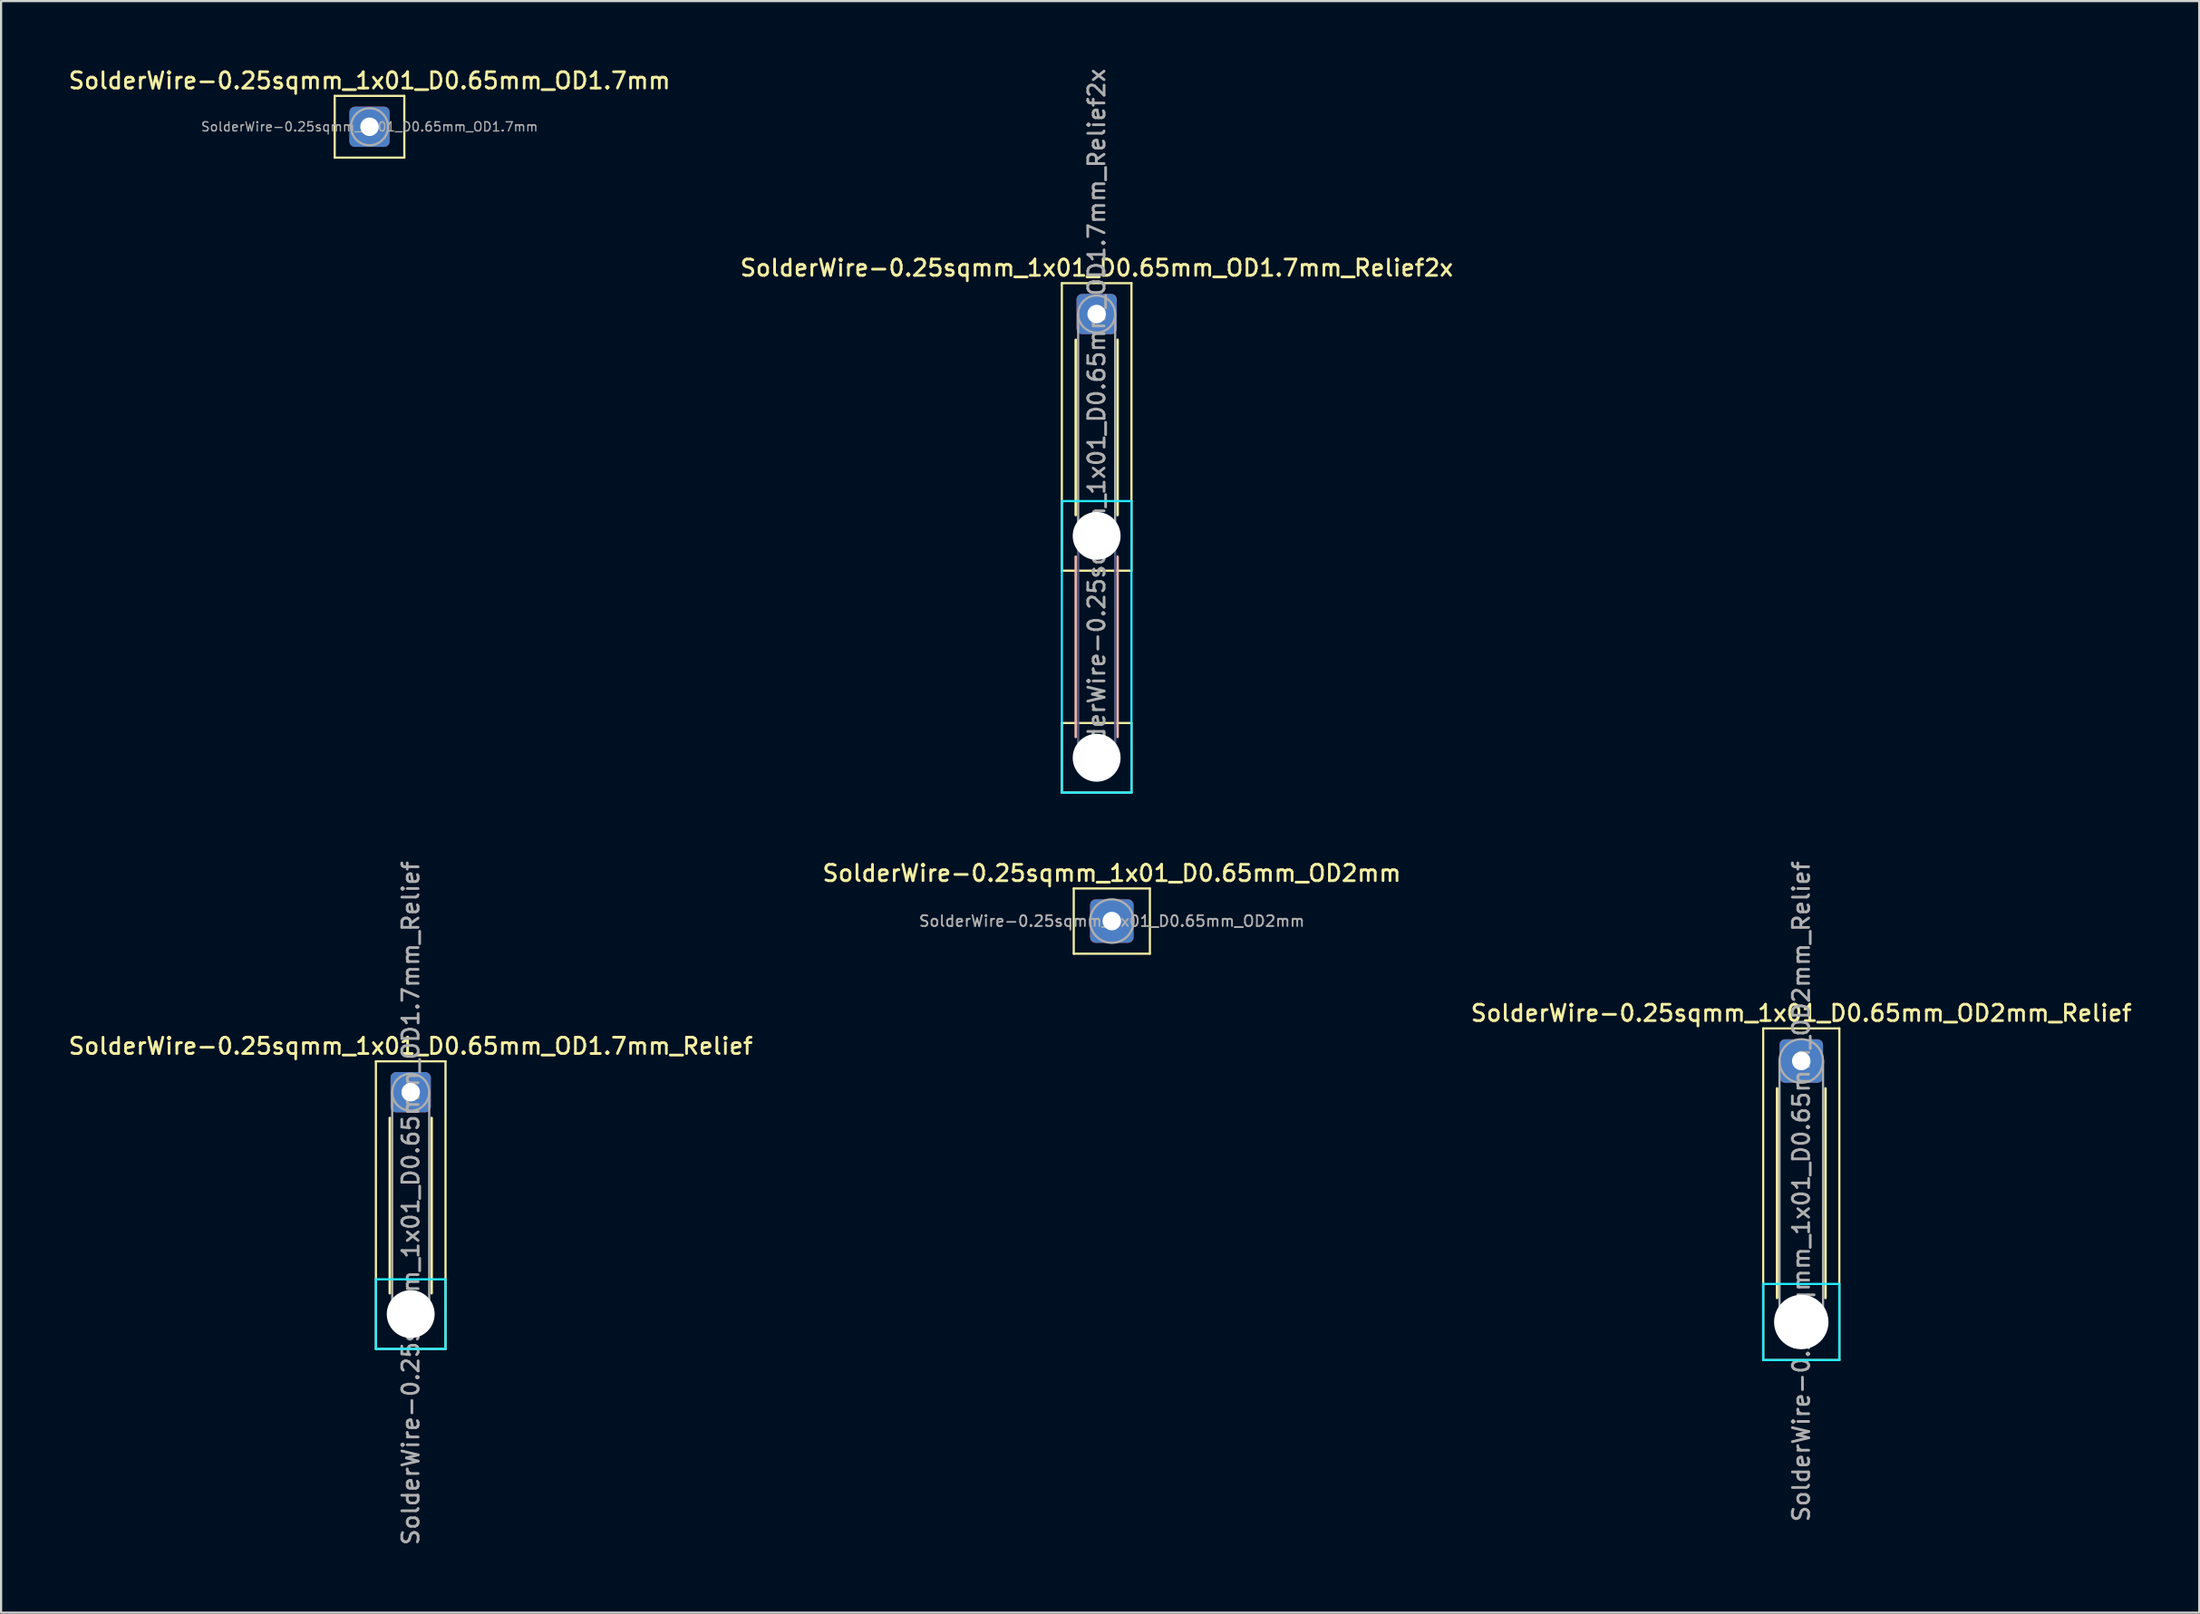
<source format=kicad_pcb>
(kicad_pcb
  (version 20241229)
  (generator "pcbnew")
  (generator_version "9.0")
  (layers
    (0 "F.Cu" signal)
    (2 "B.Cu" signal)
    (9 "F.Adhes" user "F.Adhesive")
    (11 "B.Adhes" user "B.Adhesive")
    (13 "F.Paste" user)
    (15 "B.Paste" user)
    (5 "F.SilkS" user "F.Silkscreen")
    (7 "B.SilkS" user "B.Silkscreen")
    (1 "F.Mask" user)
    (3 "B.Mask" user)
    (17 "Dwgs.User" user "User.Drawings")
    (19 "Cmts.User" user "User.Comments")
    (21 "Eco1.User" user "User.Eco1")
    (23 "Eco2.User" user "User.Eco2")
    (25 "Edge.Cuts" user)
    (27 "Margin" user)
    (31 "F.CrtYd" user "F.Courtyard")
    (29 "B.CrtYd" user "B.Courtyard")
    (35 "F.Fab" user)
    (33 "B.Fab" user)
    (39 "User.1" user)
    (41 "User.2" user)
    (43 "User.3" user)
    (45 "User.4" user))
  (footprint "SolderWire-0.25sqmm_1x01_D0.65mm_OD1.7mm_Relief2x"
    (layer "F.Cu")
    (at 47.355 11.388)
    (property "Reference" "SolderWire-0.25sqmm_1x01_D0.65mm_OD1.7mm_Relief2x" (at 0 -2.12 0) (layer "F.SilkS") (effects (font (size 0.75 0.75) (thickness 0.125))))
    (attr exclude_from_pos_files exclude_from_bom)
    (fp_line (start -1.6 -1.42) (end -1.6 11.8) (stroke (width 0.1) (type solid)) (layer "F.SilkS"))
    (fp_line (start -1.6 11.8) (end 1.6 11.8) (stroke (width 0.1) (type solid)) (layer "F.SilkS"))
    (fp_line (start -1.6 18.8) (end -1.6 22) (stroke (width 0.1) (type solid)) (layer "F.SilkS"))
    (fp_line (start -1.6 22) (end 1.6 22) (stroke (width 0.1) (type solid)) (layer "F.SilkS"))
    (fp_line (start -0.96 1.185) (end -0.96 9.24) (stroke (width 0.12) (type solid)) (layer "F.SilkS"))
    (fp_line (start 0.96 1.185) (end 0.96 9.24) (stroke (width 0.12) (type solid)) (layer "F.SilkS"))
    (fp_line (start 1.6 -1.42) (end -1.6 -1.42) (stroke (width 0.1) (type solid)) (layer "F.SilkS"))
    (fp_line (start 1.6 11.8) (end 1.6 -1.42) (stroke (width 0.1) (type solid)) (layer "F.SilkS"))
    (fp_line (start 1.6 18.8) (end -1.6 18.8) (stroke (width 0.1) (type solid)) (layer "F.SilkS"))
    (fp_line (start 1.6 22) (end 1.6 18.8) (stroke (width 0.1) (type solid)) (layer "F.SilkS"))
    (fp_line (start -0.96 11.16) (end -0.96 19.44) (stroke (width 0.12) (type solid)) (layer "B.SilkS"))
    (fp_line (start 0.96 11.16) (end 0.96 19.44) (stroke (width 0.12) (type solid)) (layer "B.SilkS"))
    (fp_line (start -1.6 8.6) (end -1.6 22) (stroke (width 0.1) (type solid)) (layer "B.CrtYd"))
    (fp_line (start -1.6 22) (end 1.6 22) (stroke (width 0.1) (type solid)) (layer "B.CrtYd"))
    (fp_line (start 1.6 8.6) (end -1.6 8.6) (stroke (width 0.1) (type solid)) (layer "B.CrtYd"))
    (fp_line (start 1.6 22) (end 1.6 8.6) (stroke (width 0.1) (type solid)) (layer "B.CrtYd"))
    (fp_line (start -0.85 10.2) (end -0.85 20.4) (stroke (width 0.1) (type solid)) (layer "B.Fab"))
    (fp_line (start 0.85 10.2) (end 0.85 20.4) (stroke (width 0.1) (type solid)) (layer "B.Fab"))
    (fp_circle (center 0 10.2) (end 0.85 10.2) (stroke (width 0.1) (type solid)) (fill no) (layer "B.Fab"))
    (fp_circle (center 0 20.4) (end 0.85 20.4) (stroke (width 0.1) (type solid)) (fill no) (layer "B.Fab"))
    (fp_line (start -0.85 0) (end -0.85 10.2) (stroke (width 0.1) (type solid)) (layer "F.Fab"))
    (fp_line (start 0.85 0) (end 0.85 10.2) (stroke (width 0.1) (type solid)) (layer "F.Fab"))
    (fp_circle (center 0 0) (end 0.85 0) (stroke (width 0.1) (type solid)) (fill no) (layer "F.Fab"))
    (fp_circle (center 0 10.2) (end 0.85 10.2) (stroke (width 0.1) (type solid)) (fill no) (layer "F.Fab"))
    (fp_circle (center 0 20.4) (end 0.85 20.4) (stroke (width 0.1) (type solid)) (fill no) (layer "F.Fab"))
    (fp_text user "${REFERENCE}" (at 0 5.1 90) (layer "F.Fab") (effects (font (size 0.75 0.75) (thickness 0.125))))
    (pad "" np_thru_hole circle (at 0 10.2) (size 2.2 2.2) (drill 2.2) (layers "*.Cu" "*.Mask"))
    (pad "" np_thru_hole circle (at 0 20.4) (size 2.2 2.2) (drill 2.2) (layers "*.Cu" "*.Mask"))
    (pad "1" thru_hole roundrect (at 0 0) (size 1.85 1.85) (drill 0.85) (layers "*.Cu" "*.Mask") (roundrect_rratio 0.135)))
  (footprint "SolderWire-0.25sqmm_1x01_D0.65mm_OD1.7mm"
    (layer "F.Cu")
    (at 13.934 2.778)
    (property "Reference" "SolderWire-0.25sqmm_1x01_D0.65mm_OD1.7mm" (at 0 -2.12 0) (layer "F.SilkS") (effects (font (size 0.75 0.75) (thickness 0.125))))
    (attr exclude_from_pos_files exclude_from_bom)
    (fp_line (start -1.6 -1.42) (end -1.6 1.42) (stroke (width 0.1) (type solid)) (layer "F.SilkS"))
    (fp_line (start -1.6 1.42) (end 1.6 1.42) (stroke (width 0.1) (type solid)) (layer "F.SilkS"))
    (fp_line (start 1.6 -1.42) (end -1.6 -1.42) (stroke (width 0.1) (type solid)) (layer "F.SilkS"))
    (fp_line (start 1.6 1.42) (end 1.6 -1.42) (stroke (width 0.1) (type solid)) (layer "F.SilkS"))
    (fp_circle (center 0 0) (end 0.85 0) (stroke (width 0.1) (type solid)) (fill no) (layer "F.Fab"))
    (fp_text user "${REFERENCE}" (at 0 0 0) (layer "F.Fab") (effects (font (size 0.42 0.42) (thickness 0.06))))
    (pad "1" thru_hole roundrect (at 0 0) (size 1.85 1.85) (drill 0.85) (layers "*.Cu" "*.Mask") (roundrect_rratio 0.135)))
  (footprint "SolderWire-0.25sqmm_1x01_D0.65mm_OD1.7mm_Relief"
    (layer "F.Cu")
    (at 15.827 47.164)
    (property "Reference" "SolderWire-0.25sqmm_1x01_D0.65mm_OD1.7mm_Relief" (at 0 -2.12 0) (layer "F.SilkS") (effects (font (size 0.75 0.75) (thickness 0.125))))
    (attr exclude_from_pos_files exclude_from_bom)
    (fp_line (start -1.6 -1.42) (end -1.6 11.8) (stroke (width 0.1) (type solid)) (layer "F.SilkS"))
    (fp_line (start -1.6 11.8) (end 1.6 11.8) (stroke (width 0.1) (type solid)) (layer "F.SilkS"))
    (fp_line (start -0.96 1.185) (end -0.96 9.24) (stroke (width 0.12) (type solid)) (layer "F.SilkS"))
    (fp_line (start 0.96 1.185) (end 0.96 9.24) (stroke (width 0.12) (type solid)) (layer "F.SilkS"))
    (fp_line (start 1.6 -1.42) (end -1.6 -1.42) (stroke (width 0.1) (type solid)) (layer "F.SilkS"))
    (fp_line (start 1.6 11.8) (end 1.6 -1.42) (stroke (width 0.1) (type solid)) (layer "F.SilkS"))
    (fp_line (start -1.6 8.6) (end -1.6 11.8) (stroke (width 0.1) (type solid)) (layer "B.CrtYd"))
    (fp_line (start -1.6 11.8) (end 1.6 11.8) (stroke (width 0.1) (type solid)) (layer "B.CrtYd"))
    (fp_line (start 1.6 8.6) (end -1.6 8.6) (stroke (width 0.1) (type solid)) (layer "B.CrtYd"))
    (fp_line (start 1.6 11.8) (end 1.6 8.6) (stroke (width 0.1) (type solid)) (layer "B.CrtYd"))
    (fp_line (start -0.85 0) (end -0.85 10.2) (stroke (width 0.1) (type solid)) (layer "F.Fab"))
    (fp_line (start 0.85 0) (end 0.85 10.2) (stroke (width 0.1) (type solid)) (layer "F.Fab"))
    (fp_circle (center 0 0) (end 0.85 0) (stroke (width 0.1) (type solid)) (fill no) (layer "F.Fab"))
    (fp_circle (center 0 10.2) (end 0.85 10.2) (stroke (width 0.1) (type solid)) (fill no) (layer "F.Fab"))
    (fp_text user "${REFERENCE}" (at 0 5.1 90) (layer "F.Fab") (effects (font (size 0.75 0.75) (thickness 0.125))))
    (pad "" np_thru_hole circle (at 0 10.2) (size 2.2 2.2) (drill 2.2) (layers "*.Cu" "*.Mask"))
    (pad "1" thru_hole roundrect (at 0 0) (size 1.85 1.85) (drill 0.85) (layers "*.Cu" "*.Mask") (roundrect_rratio 0.135)))
  (footprint "SolderWire-0.25sqmm_1x01_D0.65mm_OD2mm_Relief"
    (layer "F.Cu")
    (at 79.741 45.729)
    (property "Reference" "SolderWire-0.25sqmm_1x01_D0.65mm_OD2mm_Relief" (at 0 -2.2 0) (layer "F.SilkS") (effects (font (size 0.75 0.75) (thickness 0.125))))
    (attr exclude_from_pos_files exclude_from_bom)
    (fp_line (start -1.75 -1.5) (end -1.75 13.75) (stroke (width 0.1) (type solid)) (layer "F.SilkS"))
    (fp_line (start -1.75 13.75) (end 1.75 13.75) (stroke (width 0.1) (type solid)) (layer "F.SilkS"))
    (fp_line (start -1.11 1.26) (end -1.11 10.89) (stroke (width 0.12) (type solid)) (layer "F.SilkS"))
    (fp_line (start 1.11 1.26) (end 1.11 10.89) (stroke (width 0.12) (type solid)) (layer "F.SilkS"))
    (fp_line (start 1.75 -1.5) (end -1.75 -1.5) (stroke (width 0.1) (type solid)) (layer "F.SilkS"))
    (fp_line (start 1.75 13.75) (end 1.75 -1.5) (stroke (width 0.1) (type solid)) (layer "F.SilkS"))
    (fp_line (start -1.75 10.25) (end -1.75 13.75) (stroke (width 0.1) (type solid)) (layer "B.CrtYd"))
    (fp_line (start -1.75 13.75) (end 1.75 13.75) (stroke (width 0.1) (type solid)) (layer "B.CrtYd"))
    (fp_line (start 1.75 10.25) (end -1.75 10.25) (stroke (width 0.1) (type solid)) (layer "B.CrtYd"))
    (fp_line (start 1.75 13.75) (end 1.75 10.25) (stroke (width 0.1) (type solid)) (layer "B.CrtYd"))
    (fp_line (start -1 0) (end -1 12) (stroke (width 0.1) (type solid)) (layer "F.Fab"))
    (fp_line (start 1 0) (end 1 12) (stroke (width 0.1) (type solid)) (layer "F.Fab"))
    (fp_circle (center 0 0) (end 1 0) (stroke (width 0.1) (type solid)) (fill no) (layer "F.Fab"))
    (fp_circle (center 0 12) (end 1 12) (stroke (width 0.1) (type solid)) (fill no) (layer "F.Fab"))
    (fp_text user "${REFERENCE}" (at 0 6 90) (layer "F.Fab") (effects (font (size 0.75 0.75) (thickness 0.125))))
    (pad "" np_thru_hole circle (at 0 12) (size 2.5 2.5) (drill 2.5) (layers "*.Cu" "*.Mask"))
    (pad "1" thru_hole roundrect (at 0 0) (size 2 2) (drill 0.85) (layers "*.Cu" "*.Mask") (roundrect_rratio 0.125)))
  (footprint "SolderWire-0.25sqmm_1x01_D0.65mm_OD2mm"
    (layer "F.Cu")
    (at 48.052 39.296)
    (property "Reference" "SolderWire-0.25sqmm_1x01_D0.65mm_OD2mm" (at 0 -2.2 0) (layer "F.SilkS") (effects (font (size 0.75 0.75) (thickness 0.125))))
    (attr exclude_from_pos_files exclude_from_bom)
    (fp_line (start -1.75 -1.5) (end -1.75 1.5) (stroke (width 0.1) (type solid)) (layer "F.SilkS"))
    (fp_line (start -1.75 1.5) (end 1.75 1.5) (stroke (width 0.1) (type solid)) (layer "F.SilkS"))
    (fp_line (start 1.75 -1.5) (end -1.75 -1.5) (stroke (width 0.1) (type solid)) (layer "F.SilkS"))
    (fp_line (start 1.75 1.5) (end 1.75 -1.5) (stroke (width 0.1) (type solid)) (layer "F.SilkS"))
    (fp_circle (center 0 0) (end 1 0) (stroke (width 0.1) (type solid)) (fill no) (layer "F.Fab"))
    (fp_text user "${REFERENCE}" (at 0 0 0) (layer "F.Fab") (effects (font (size 0.5 0.5) (thickness 0.08))))
    (pad "1" thru_hole roundrect (at 0 0) (size 2 2) (drill 0.85) (layers "*.Cu" "*.Mask") (roundrect_rratio 0.125)))
  (gr_rect
    (start -3 -3)
    (end 98.032 71.091)
    (stroke (width 0.1) (type default))
    (fill no)
    (layer "Edge.Cuts")))
</source>
